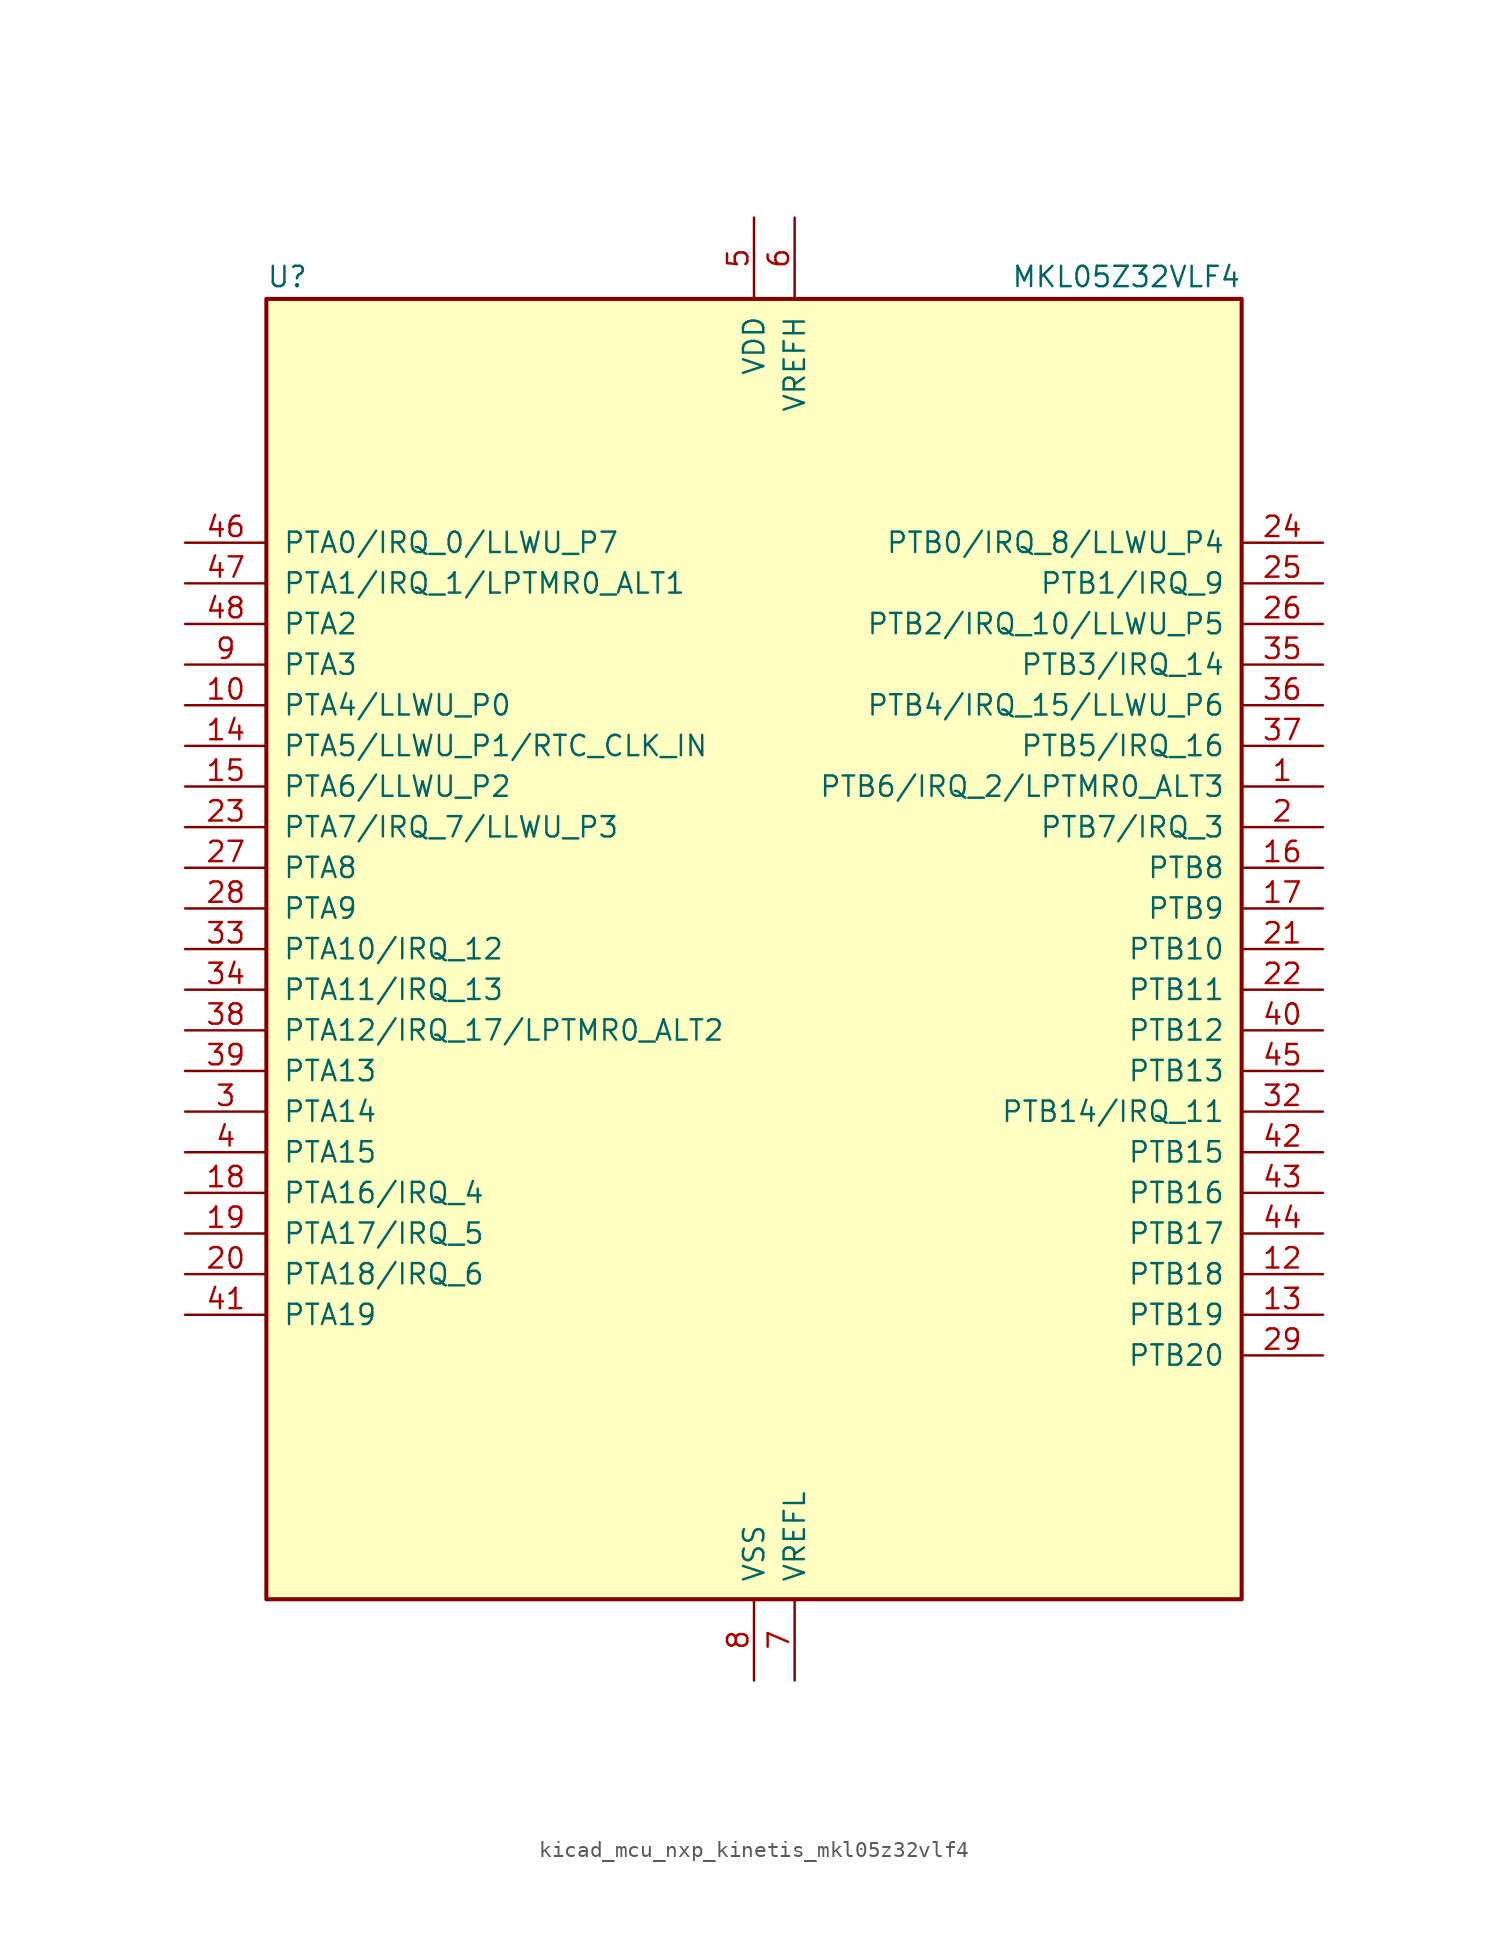
<source format=kicad_sym>
(kicad_symbol_lib
  (version 20220914)
  (generator kicad_symbol_editor)
  (symbol "kicad_mcu_nxp_kinetis_mkl05z32vlf4"
    (pin_names
      (offset 1.016))
    (property "Reference" "U"
      (at -30.48 41.275 0)
      (effects (font (size 1.27 1.27)) (justify left bottom)))
    (property "Value" "MKL05Z32VLF4"
      (at 30.48 41.275 0)
      (effects (font (size 1.27 1.27)) (justify right bottom)))
    (symbol "kicad_mcu_nxp_kinetis_mkl05z32vlf4_0_1"
      (rectangle (start -30.48 40.64) (end 30.48 -40.64) (stroke (width 0.254) (type default)) (fill (type background))))
    (symbol "kicad_mcu_nxp_kinetis_mkl05z32vlf4_1_1"
      (pin bidirectional line (at 35.56 10.16 180) (length 5.08) (name "PTB6/IRQ_2/LPTMR0_ALT3" (effects (font (size 1.27 1.27)))) (number "1" (effects (font (size 1.27 1.27)))))
      (pin bidirectional line (at -35.56 15.24 0) (length 5.08) (name "PTA4/LLWU_P0" (effects (font (size 1.27 1.27)))) (number "10" (effects (font (size 1.27 1.27)))))
      (pin passive line (at 0 -45.72 90) (length 5.08) hide (name "VSS" (effects (font (size 1.27 1.27)))) (number "11" (effects (font (size 1.27 1.27)))))
      (pin bidirectional line (at 35.56 -20.32 180) (length 5.08) (name "PTB18" (effects (font (size 1.27 1.27)))) (number "12" (effects (font (size 1.27 1.27)))))
      (pin bidirectional line (at 35.56 -22.86 180) (length 5.08) (name "PTB19" (effects (font (size 1.27 1.27)))) (number "13" (effects (font (size 1.27 1.27)))))
      (pin bidirectional line (at -35.56 12.7 0) (length 5.08) (name "PTA5/LLWU_P1/RTC_CLK_IN" (effects (font (size 1.27 1.27)))) (number "14" (effects (font (size 1.27 1.27)))))
      (pin bidirectional line (at -35.56 10.16 0) (length 5.08) (name "PTA6/LLWU_P2" (effects (font (size 1.27 1.27)))) (number "15" (effects (font (size 1.27 1.27)))))
      (pin bidirectional line (at 35.56 5.08 180) (length 5.08) (name "PTB8" (effects (font (size 1.27 1.27)))) (number "16" (effects (font (size 1.27 1.27)))))
      (pin bidirectional line (at 35.56 2.54 180) (length 5.08) (name "PTB9" (effects (font (size 1.27 1.27)))) (number "17" (effects (font (size 1.27 1.27)))))
      (pin bidirectional line (at -35.56 -15.24 0) (length 5.08) (name "PTA16/IRQ_4" (effects (font (size 1.27 1.27)))) (number "18" (effects (font (size 1.27 1.27)))))
      (pin bidirectional line (at -35.56 -17.78 0) (length 5.08) (name "PTA17/IRQ_5" (effects (font (size 1.27 1.27)))) (number "19" (effects (font (size 1.27 1.27)))))
      (pin bidirectional line (at 35.56 7.62 180) (length 5.08) (name "PTB7/IRQ_3" (effects (font (size 1.27 1.27)))) (number "2" (effects (font (size 1.27 1.27)))))
      (pin bidirectional line (at -35.56 -20.32 0) (length 5.08) (name "PTA18/IRQ_6" (effects (font (size 1.27 1.27)))) (number "20" (effects (font (size 1.27 1.27)))))
      (pin bidirectional line (at 35.56 0 180) (length 5.08) (name "PTB10" (effects (font (size 1.27 1.27)))) (number "21" (effects (font (size 1.27 1.27)))))
      (pin bidirectional line (at 35.56 -2.54 180) (length 5.08) (name "PTB11" (effects (font (size 1.27 1.27)))) (number "22" (effects (font (size 1.27 1.27)))))
      (pin bidirectional line (at -35.56 7.62 0) (length 5.08) (name "PTA7/IRQ_7/LLWU_P3" (effects (font (size 1.27 1.27)))) (number "23" (effects (font (size 1.27 1.27)))))
      (pin bidirectional line (at 35.56 25.4 180) (length 5.08) (name "PTB0/IRQ_8/LLWU_P4" (effects (font (size 1.27 1.27)))) (number "24" (effects (font (size 1.27 1.27)))))
      (pin bidirectional line (at 35.56 22.86 180) (length 5.08) (name "PTB1/IRQ_9" (effects (font (size 1.27 1.27)))) (number "25" (effects (font (size 1.27 1.27)))))
      (pin bidirectional line (at 35.56 20.32 180) (length 5.08) (name "PTB2/IRQ_10/LLWU_P5" (effects (font (size 1.27 1.27)))) (number "26" (effects (font (size 1.27 1.27)))))
      (pin bidirectional line (at -35.56 5.08 0) (length 5.08) (name "PTA8" (effects (font (size 1.27 1.27)))) (number "27" (effects (font (size 1.27 1.27)))))
      (pin bidirectional line (at -35.56 2.54 0) (length 5.08) (name "PTA9" (effects (font (size 1.27 1.27)))) (number "28" (effects (font (size 1.27 1.27)))))
      (pin bidirectional line (at 35.56 -25.4 180) (length 5.08) (name "PTB20" (effects (font (size 1.27 1.27)))) (number "29" (effects (font (size 1.27 1.27)))))
      (pin bidirectional line (at -35.56 -10.16 0) (length 5.08) (name "PTA14" (effects (font (size 1.27 1.27)))) (number "3" (effects (font (size 1.27 1.27)))))
      (pin passive line (at 0 -45.72 90) (length 5.08) hide (name "VSS" (effects (font (size 1.27 1.27)))) (number "30" (effects (font (size 1.27 1.27)))))
      (pin passive line (at 0 45.72 270) (length 5.08) hide (name "VDD" (effects (font (size 1.27 1.27)))) (number "31" (effects (font (size 1.27 1.27)))))
      (pin bidirectional line (at 35.56 -10.16 180) (length 5.08) (name "PTB14/IRQ_11" (effects (font (size 1.27 1.27)))) (number "32" (effects (font (size 1.27 1.27)))))
      (pin bidirectional line (at -35.56 0 0) (length 5.08) (name "PTA10/IRQ_12" (effects (font (size 1.27 1.27)))) (number "33" (effects (font (size 1.27 1.27)))))
      (pin bidirectional line (at -35.56 -2.54 0) (length 5.08) (name "PTA11/IRQ_13" (effects (font (size 1.27 1.27)))) (number "34" (effects (font (size 1.27 1.27)))))
      (pin bidirectional line (at 35.56 17.78 180) (length 5.08) (name "PTB3/IRQ_14" (effects (font (size 1.27 1.27)))) (number "35" (effects (font (size 1.27 1.27)))))
      (pin bidirectional line (at 35.56 15.24 180) (length 5.08) (name "PTB4/IRQ_15/LLWU_P6" (effects (font (size 1.27 1.27)))) (number "36" (effects (font (size 1.27 1.27)))))
      (pin bidirectional line (at 35.56 12.7 180) (length 5.08) (name "PTB5/IRQ_16" (effects (font (size 1.27 1.27)))) (number "37" (effects (font (size 1.27 1.27)))))
      (pin bidirectional line (at -35.56 -5.08 0) (length 5.08) (name "PTA12/IRQ_17/LPTMR0_ALT2" (effects (font (size 1.27 1.27)))) (number "38" (effects (font (size 1.27 1.27)))))
      (pin bidirectional line (at -35.56 -7.62 0) (length 5.08) (name "PTA13" (effects (font (size 1.27 1.27)))) (number "39" (effects (font (size 1.27 1.27)))))
      (pin bidirectional line (at -35.56 -12.7 0) (length 5.08) (name "PTA15" (effects (font (size 1.27 1.27)))) (number "4" (effects (font (size 1.27 1.27)))))
      (pin bidirectional line (at 35.56 -5.08 180) (length 5.08) (name "PTB12" (effects (font (size 1.27 1.27)))) (number "40" (effects (font (size 1.27 1.27)))))
      (pin bidirectional line (at -35.56 -22.86 0) (length 5.08) (name "PTA19" (effects (font (size 1.27 1.27)))) (number "41" (effects (font (size 1.27 1.27)))))
      (pin bidirectional line (at 35.56 -12.7 180) (length 5.08) (name "PTB15" (effects (font (size 1.27 1.27)))) (number "42" (effects (font (size 1.27 1.27)))))
      (pin bidirectional line (at 35.56 -15.24 180) (length 5.08) (name "PTB16" (effects (font (size 1.27 1.27)))) (number "43" (effects (font (size 1.27 1.27)))))
      (pin bidirectional line (at 35.56 -17.78 180) (length 5.08) (name "PTB17" (effects (font (size 1.27 1.27)))) (number "44" (effects (font (size 1.27 1.27)))))
      (pin bidirectional line (at 35.56 -7.62 180) (length 5.08) (name "PTB13" (effects (font (size 1.27 1.27)))) (number "45" (effects (font (size 1.27 1.27)))))
      (pin bidirectional line (at -35.56 25.4 0) (length 5.08) (name "PTA0/IRQ_0/LLWU_P7" (effects (font (size 1.27 1.27)))) (number "46" (effects (font (size 1.27 1.27)))))
      (pin bidirectional line (at -35.56 22.86 0) (length 5.08) (name "PTA1/IRQ_1/LPTMR0_ALT1" (effects (font (size 1.27 1.27)))) (number "47" (effects (font (size 1.27 1.27)))))
      (pin bidirectional line (at -35.56 20.32 0) (length 5.08) (name "PTA2" (effects (font (size 1.27 1.27)))) (number "48" (effects (font (size 1.27 1.27)))))
      (pin power_in line (at 0 45.72 270) (length 5.08) (name "VDD" (effects (font (size 1.27 1.27)))) (number "5" (effects (font (size 1.27 1.27)))))
      (pin power_in line (at 2.54 45.72 270) (length 5.08) (name "VREFH" (effects (font (size 1.27 1.27)))) (number "6" (effects (font (size 1.27 1.27)))))
      (pin power_in line (at 2.54 -45.72 90) (length 5.08) (name "VREFL" (effects (font (size 1.27 1.27)))) (number "7" (effects (font (size 1.27 1.27)))))
      (pin power_in line (at 0 -45.72 90) (length 5.08) (name "VSS" (effects (font (size 1.27 1.27)))) (number "8" (effects (font (size 1.27 1.27)))))
      (pin bidirectional line (at -35.56 17.78 0) (length 5.08) (name "PTA3" (effects (font (size 1.27 1.27)))) (number "9" (effects (font (size 1.27 1.27))))))))
</source>
